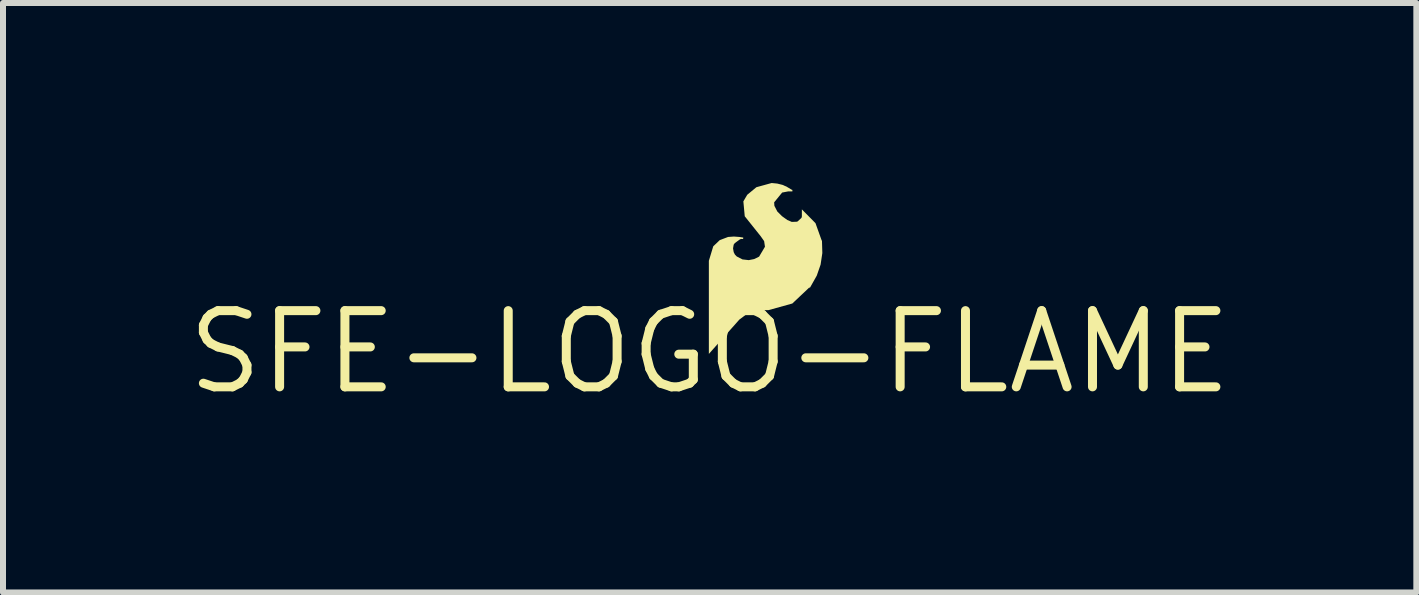
<source format=kicad_pcb>
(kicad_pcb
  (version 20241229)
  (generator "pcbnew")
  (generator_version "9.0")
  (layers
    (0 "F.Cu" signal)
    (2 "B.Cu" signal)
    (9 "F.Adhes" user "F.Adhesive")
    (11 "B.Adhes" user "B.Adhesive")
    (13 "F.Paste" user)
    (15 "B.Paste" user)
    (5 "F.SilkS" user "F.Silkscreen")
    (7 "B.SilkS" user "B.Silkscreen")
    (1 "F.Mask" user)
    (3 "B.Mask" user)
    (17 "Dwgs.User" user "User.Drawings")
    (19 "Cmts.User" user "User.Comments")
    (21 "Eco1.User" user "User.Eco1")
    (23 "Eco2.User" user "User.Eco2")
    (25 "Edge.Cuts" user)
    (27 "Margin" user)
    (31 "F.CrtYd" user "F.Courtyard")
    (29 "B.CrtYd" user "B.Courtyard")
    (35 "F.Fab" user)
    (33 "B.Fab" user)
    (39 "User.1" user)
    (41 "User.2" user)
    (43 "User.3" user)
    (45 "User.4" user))
  (footprint "SFE-LOGO-FLAME"
    (layer "F.Cu")
    (at 8.776 2.817)
    (property "Reference" "SFE-LOGO-FLAME" (at 0 0 0) (layer "F.SilkS") (effects (font (size 1.27 1.27) (thickness 0.15))))
    (fp_poly (pts (xy 1.126 -2.808) (xy 1.215 -2.786) (xy 1.228 -2.781) (xy 1.24 -2.775) (xy 1.257 -2.767) (xy 1.276 -2.76) (xy 1.372 -2.703) (xy 1.379 -2.703) (xy 1.379 -2.677) (xy 1.307 -2.677) (xy 1.208 -2.658) (xy 1.075 -2.495) (xy 1.079 -2.437) (xy 1.128 -2.342) (xy 1.205 -2.265) (xy 1.294 -2.201) (xy 1.369 -2.169) (xy 1.451 -2.172) (xy 1.459 -2.174) (xy 1.466 -2.177) (xy 1.531 -2.237) (xy 1.537 -2.26) (xy 1.537 -2.378) (xy 1.764 -2.148) (xy 1.868 -1.857) (xy 1.872 -1.857) (xy 1.878 -1.65) (xy 1.849 -1.457) (xy 1.785 -1.273) (xy 1.666 -1.062) (xy 1.666 -1.081) (xy 1.378 -0.809) (xy 0.982 -0.699) (xy 0.753 -0.699) (xy 0.716 -0.692) (xy 0.682 -0.68) (xy 0.496 -0.542) (xy -0.013 0.031) (xy -0.013 -1.521) (xy 0.06 -1.762) (xy 0.168 -1.865) (xy 0.307 -1.918) (xy 0.404 -1.925) (xy 0.499 -1.918) (xy 0.56 -1.908) (xy 0.558 -1.884) (xy 0.522 -1.885) (xy 0.502 -1.876) (xy 0.421 -1.817) (xy 0.401 -1.791) (xy 0.39 -1.728) (xy 0.401 -1.665) (xy 0.421 -1.625) (xy 0.452 -1.593) (xy 0.547 -1.544) (xy 0.652 -1.532) (xy 0.743 -1.55) (xy 0.824 -1.59) (xy 0.922 -1.755) (xy 0.908 -1.849) (xy 0.851 -1.93) (xy 0.585 -2.263) (xy 0.562 -2.511) (xy 0.627 -2.622) (xy 0.629 -2.623) (xy 0.779 -2.747) (xy 1.033 -2.817)) (stroke (width 0) (type default)) (fill yes) (layer "F.SilkS")))
  (gr_rect
    (start -3 -3)
    (end 20.553 6.823)
    (stroke (width 0.1) (type default))
    (fill no)
    (layer "Edge.Cuts")))
</source>
